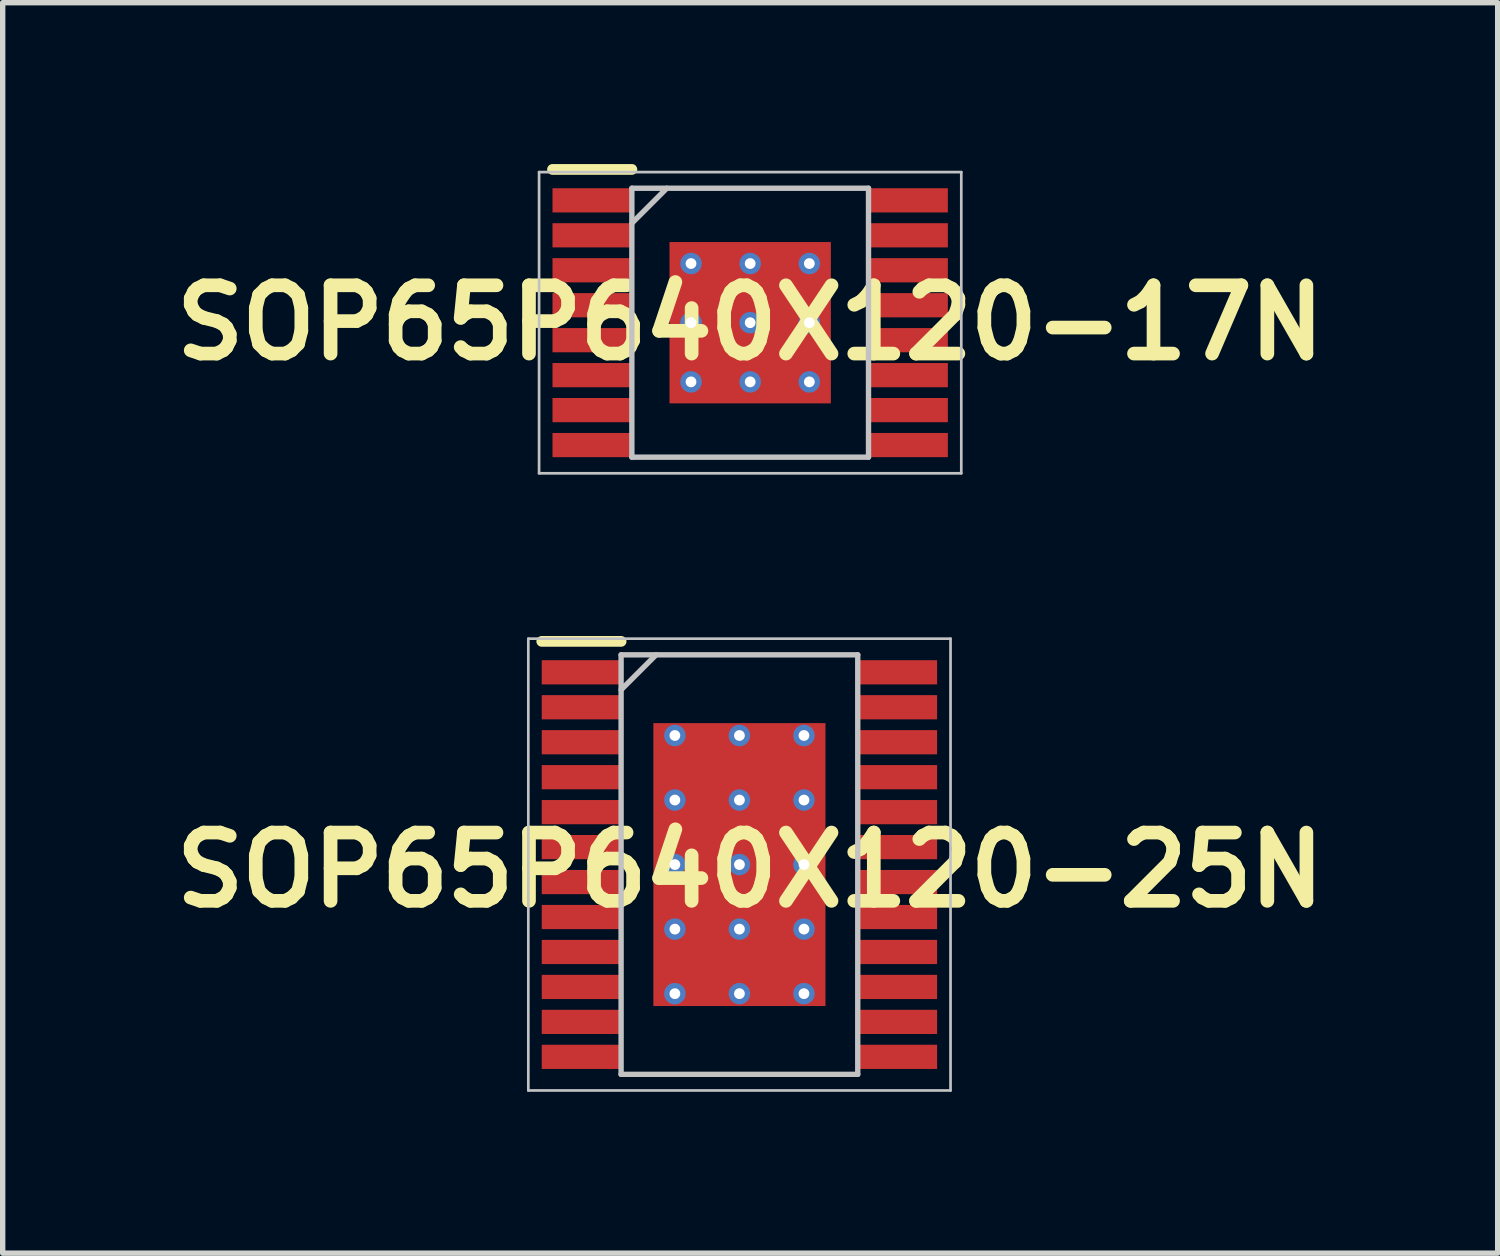
<source format=kicad_pcb>
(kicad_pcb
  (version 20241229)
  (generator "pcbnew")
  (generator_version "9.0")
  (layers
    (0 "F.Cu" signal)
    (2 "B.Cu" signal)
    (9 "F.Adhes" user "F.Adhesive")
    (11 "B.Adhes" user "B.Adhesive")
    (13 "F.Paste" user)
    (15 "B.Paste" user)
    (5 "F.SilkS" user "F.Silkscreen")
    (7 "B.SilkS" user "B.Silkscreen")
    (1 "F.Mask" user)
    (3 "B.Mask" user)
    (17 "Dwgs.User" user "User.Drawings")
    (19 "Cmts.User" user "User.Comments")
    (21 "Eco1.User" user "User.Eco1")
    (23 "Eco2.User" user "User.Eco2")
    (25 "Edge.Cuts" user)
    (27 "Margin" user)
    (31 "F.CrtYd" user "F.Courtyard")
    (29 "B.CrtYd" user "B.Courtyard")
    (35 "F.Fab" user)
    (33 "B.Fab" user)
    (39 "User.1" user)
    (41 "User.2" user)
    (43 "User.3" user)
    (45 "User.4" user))
  (footprint "SOP65P640X120-17N"
    (layer "F.Cu")
    (at 10.898 2.95)
    (property "Reference" "SOP65P640X120-17N" (at 0 0 0) (layer "F.SilkS") (effects (font (size 1.27 1.27) (thickness 0.254))))
    (attr smd)
    (fp_line (start -3.675 -2.85) (end -2.2 -2.85) (stroke (width 0.2) (type solid)) (layer "F.SilkS"))
    (fp_line (start -3.925 -2.8) (end 3.925 -2.8) (stroke (width 0.05) (type solid)) (layer "Dwgs.User"))
    (fp_line (start -3.925 2.8) (end -3.925 -2.8) (stroke (width 0.05) (type solid)) (layer "Dwgs.User"))
    (fp_line (start -2.2 -2.5) (end 2.2 -2.5) (stroke (width 0.1) (type solid)) (layer "Dwgs.User"))
    (fp_line (start -2.2 -1.85) (end -1.55 -2.5) (stroke (width 0.1) (type solid)) (layer "Dwgs.User"))
    (fp_line (start -2.2 2.5) (end -2.2 -2.5) (stroke (width 0.1) (type solid)) (layer "Dwgs.User"))
    (fp_line (start 2.2 -2.5) (end 2.2 2.5) (stroke (width 0.1) (type solid)) (layer "Dwgs.User"))
    (fp_line (start 2.2 2.5) (end -2.2 2.5) (stroke (width 0.1) (type solid)) (layer "Dwgs.User"))
    (fp_line (start 3.925 -2.8) (end 3.925 2.8) (stroke (width 0.05) (type solid)) (layer "Dwgs.User"))
    (fp_line (start 3.925 2.8) (end -3.925 2.8) (stroke (width 0.05) (type solid)) (layer "Dwgs.User"))
    (pad "1" smd rect (at -2.938 -2.275 90) (size 0.45 1.475) (layers "F.Cu" "F.Mask" "F.Paste"))
    (pad "2" smd rect (at -2.938 -1.625 90) (size 0.45 1.475) (layers "F.Cu" "F.Mask" "F.Paste"))
    (pad "3" smd rect (at -2.938 -0.975 90) (size 0.45 1.475) (layers "F.Cu" "F.Mask" "F.Paste"))
    (pad "4" smd rect (at -2.938 -0.325 90) (size 0.45 1.475) (layers "F.Cu" "F.Mask" "F.Paste"))
    (pad "5" smd rect (at -2.938 0.325 90) (size 0.45 1.475) (layers "F.Cu" "F.Mask" "F.Paste"))
    (pad "6" smd rect (at -2.938 0.975 90) (size 0.45 1.475) (layers "F.Cu" "F.Mask" "F.Paste"))
    (pad "7" smd rect (at -2.938 1.625 90) (size 0.45 1.475) (layers "F.Cu" "F.Mask" "F.Paste"))
    (pad "8" smd rect (at -2.938 2.275 90) (size 0.45 1.475) (layers "F.Cu" "F.Mask" "F.Paste"))
    (pad "9" smd rect (at 2.938 2.275 90) (size 0.45 1.475) (layers "F.Cu" "F.Mask" "F.Paste"))
    (pad "10" smd rect (at 2.938 1.625 90) (size 0.45 1.475) (layers "F.Cu" "F.Mask" "F.Paste"))
    (pad "11" smd rect (at 2.938 0.975 90) (size 0.45 1.475) (layers "F.Cu" "F.Mask" "F.Paste"))
    (pad "12" smd rect (at 2.938 0.325 90) (size 0.45 1.475) (layers "F.Cu" "F.Mask" "F.Paste"))
    (pad "13" smd rect (at 2.938 -0.325 90) (size 0.45 1.475) (layers "F.Cu" "F.Mask" "F.Paste"))
    (pad "14" smd rect (at 2.938 -0.975 90) (size 0.45 1.475) (layers "F.Cu" "F.Mask" "F.Paste"))
    (pad "15" smd rect (at 2.938 -1.625 90) (size 0.45 1.475) (layers "F.Cu" "F.Mask" "F.Paste"))
    (pad "16" smd rect (at 2.938 -2.275 90) (size 0.45 1.475) (layers "F.Cu" "F.Mask" "F.Paste"))
    (pad "17" thru_hole circle (at -1.1 -1.1) (size 0.4 0.4) (drill 0.2) (layers "*.Cu"))
    (pad "17" thru_hole circle (at -1.1 0) (size 0.4 0.4) (drill 0.2) (layers "*.Cu"))
    (pad "17" thru_hole circle (at -1.1 1.1) (size 0.4 0.4) (drill 0.2) (layers "*.Cu"))
    (pad "17" thru_hole circle (at 0 -1.1) (size 0.4 0.4) (drill 0.2) (layers "*.Cu"))
    (pad "17" thru_hole circle (at 0 0) (size 0.4 0.4) (drill 0.2) (layers "*.Cu"))
    (pad "17" smd rect (at 0 0) (size 3 3) (layers "F.Cu" "F.Mask" "F.Paste"))
    (pad "17" thru_hole circle (at 0 1.1) (size 0.4 0.4) (drill 0.2) (layers "*.Cu"))
    (pad "17" thru_hole circle (at 1.1 -1.1) (size 0.4 0.4) (drill 0.2) (layers "*.Cu"))
    (pad "17" thru_hole circle (at 1.1 0) (size 0.4 0.4) (drill 0.2) (layers "*.Cu"))
    (pad "17" thru_hole circle (at 1.1 1.1) (size 0.4 0.4) (drill 0.2) (layers "*.Cu")))
  (footprint "SOP65P640X120-25N"
    (layer "F.Cu")
    (at 10.698 13.025)
    (property "Reference" "SOP65P640X120-25N" (at 0.2 0.1 0) (layer "F.SilkS") (effects (font (size 1.27 1.27) (thickness 0.254))))
    (attr smd)
    (fp_line (start -3.675 -4.15) (end -2.2 -4.15) (stroke (width 0.2) (type solid)) (layer "F.SilkS"))
    (fp_line (start -3.925 -4.2) (end 3.925 -4.2) (stroke (width 0.05) (type solid)) (layer "Dwgs.User"))
    (fp_line (start -3.925 4.2) (end -3.925 -4.2) (stroke (width 0.05) (type solid)) (layer "Dwgs.User"))
    (fp_line (start -2.2 -3.9) (end 2.2 -3.9) (stroke (width 0.1) (type solid)) (layer "Dwgs.User"))
    (fp_line (start -2.2 -3.25) (end -1.55 -3.9) (stroke (width 0.1) (type solid)) (layer "Dwgs.User"))
    (fp_line (start -2.2 3.9) (end -2.2 -3.9) (stroke (width 0.1) (type solid)) (layer "Dwgs.User"))
    (fp_line (start 2.2 -3.9) (end 2.2 3.9) (stroke (width 0.1) (type solid)) (layer "Dwgs.User"))
    (fp_line (start 2.2 3.9) (end -2.2 3.9) (stroke (width 0.1) (type solid)) (layer "Dwgs.User"))
    (fp_line (start 3.925 -4.2) (end 3.925 4.2) (stroke (width 0.05) (type solid)) (layer "Dwgs.User"))
    (fp_line (start 3.925 4.2) (end -3.925 4.2) (stroke (width 0.05) (type solid)) (layer "Dwgs.User"))
    (pad "1" smd rect (at -2.938 -3.575 90) (size 0.45 1.475) (layers "F.Cu" "F.Mask" "F.Paste"))
    (pad "2" smd rect (at -2.938 -2.925 90) (size 0.45 1.475) (layers "F.Cu" "F.Mask" "F.Paste"))
    (pad "3" smd rect (at -2.938 -2.275 90) (size 0.45 1.475) (layers "F.Cu" "F.Mask" "F.Paste"))
    (pad "4" smd rect (at -2.938 -1.625 90) (size 0.45 1.475) (layers "F.Cu" "F.Mask" "F.Paste"))
    (pad "5" smd rect (at -2.938 -0.975 90) (size 0.45 1.475) (layers "F.Cu" "F.Mask" "F.Paste"))
    (pad "6" smd rect (at -2.938 -0.325 90) (size 0.45 1.475) (layers "F.Cu" "F.Mask" "F.Paste"))
    (pad "7" smd rect (at -2.938 0.325 90) (size 0.45 1.475) (layers "F.Cu" "F.Mask" "F.Paste"))
    (pad "8" smd rect (at -2.938 0.975 90) (size 0.45 1.475) (layers "F.Cu" "F.Mask" "F.Paste"))
    (pad "9" smd rect (at -2.938 1.625 90) (size 0.45 1.475) (layers "F.Cu" "F.Mask" "F.Paste"))
    (pad "10" smd rect (at -2.938 2.275 90) (size 0.45 1.475) (layers "F.Cu" "F.Mask" "F.Paste"))
    (pad "11" smd rect (at -2.938 2.925 90) (size 0.45 1.475) (layers "F.Cu" "F.Mask" "F.Paste"))
    (pad "12" smd rect (at -2.938 3.575 90) (size 0.45 1.475) (layers "F.Cu" "F.Mask" "F.Paste"))
    (pad "13" smd rect (at 2.938 3.575 90) (size 0.45 1.475) (layers "F.Cu" "F.Mask" "F.Paste"))
    (pad "14" smd rect (at 2.938 2.925 90) (size 0.45 1.475) (layers "F.Cu" "F.Mask" "F.Paste"))
    (pad "15" smd rect (at 2.938 2.275 90) (size 0.45 1.475) (layers "F.Cu" "F.Mask" "F.Paste"))
    (pad "16" smd rect (at 2.938 1.625 90) (size 0.45 1.475) (layers "F.Cu" "F.Mask" "F.Paste"))
    (pad "17" smd rect (at 2.938 0.975 90) (size 0.45 1.475) (layers "F.Cu" "F.Mask" "F.Paste"))
    (pad "18" smd rect (at 2.938 0.325 90) (size 0.45 1.475) (layers "F.Cu" "F.Mask" "F.Paste"))
    (pad "19" smd rect (at 2.938 -0.325 90) (size 0.45 1.475) (layers "F.Cu" "F.Mask" "F.Paste"))
    (pad "20" smd rect (at 2.938 -0.975 90) (size 0.45 1.475) (layers "F.Cu" "F.Mask" "F.Paste"))
    (pad "21" smd rect (at 2.938 -1.625 90) (size 0.45 1.475) (layers "F.Cu" "F.Mask" "F.Paste"))
    (pad "22" smd rect (at 2.938 -2.275 90) (size 0.45 1.475) (layers "F.Cu" "F.Mask" "F.Paste"))
    (pad "23" smd rect (at 2.938 -2.925 90) (size 0.45 1.475) (layers "F.Cu" "F.Mask" "F.Paste"))
    (pad "24" smd rect (at 2.938 -3.575 90) (size 0.45 1.475) (layers "F.Cu" "F.Mask" "F.Paste"))
    (pad "25" thru_hole circle (at -1.2 -2.4) (size 0.4 0.4) (drill 0.2) (layers "*.Cu"))
    (pad "25" thru_hole circle (at -1.2 -1.2) (size 0.4 0.4) (drill 0.2) (layers "*.Cu"))
    (pad "25" thru_hole circle (at -1.2 0) (size 0.4 0.4) (drill 0.2) (layers "*.Cu"))
    (pad "25" thru_hole circle (at -1.2 1.2) (size 0.4 0.4) (drill 0.2) (layers "*.Cu"))
    (pad "25" thru_hole circle (at -1.2 2.4) (size 0.4 0.4) (drill 0.2) (layers "*.Cu"))
    (pad "25" thru_hole circle (at 0 -2.4) (size 0.4 0.4) (drill 0.2) (layers "*.Cu"))
    (pad "25" thru_hole circle (at 0 -1.2) (size 0.4 0.4) (drill 0.2) (layers "*.Cu"))
    (pad "25" thru_hole circle (at 0 0) (size 0.4 0.4) (drill 0.2) (layers "*.Cu"))
    (pad "25" smd rect (at 0 0) (size 3.2 5.26) (layers "F.Cu" "F.Mask" "F.Paste"))
    (pad "25" thru_hole circle (at 0 1.2) (size 0.4 0.4) (drill 0.2) (layers "*.Cu"))
    (pad "25" thru_hole circle (at 0 2.4) (size 0.4 0.4) (drill 0.2) (layers "*.Cu"))
    (pad "25" thru_hole circle (at 1.2 -2.4) (size 0.4 0.4) (drill 0.2) (layers "*.Cu"))
    (pad "25" thru_hole circle (at 1.2 -1.2) (size 0.4 0.4) (drill 0.2) (layers "*.Cu"))
    (pad "25" thru_hole circle (at 1.2 0) (size 0.4 0.4) (drill 0.2) (layers "*.Cu"))
    (pad "25" thru_hole circle (at 1.2 1.2) (size 0.4 0.4) (drill 0.2) (layers "*.Cu"))
    (pad "25" thru_hole circle (at 1.2 2.4) (size 0.4 0.4) (drill 0.2) (layers "*.Cu")))
  (gr_rect
    (start -3 -3)
    (end 24.796 20.25)
    (stroke (width 0.1) (type default))
    (fill no)
    (layer "Edge.Cuts")))
</source>
